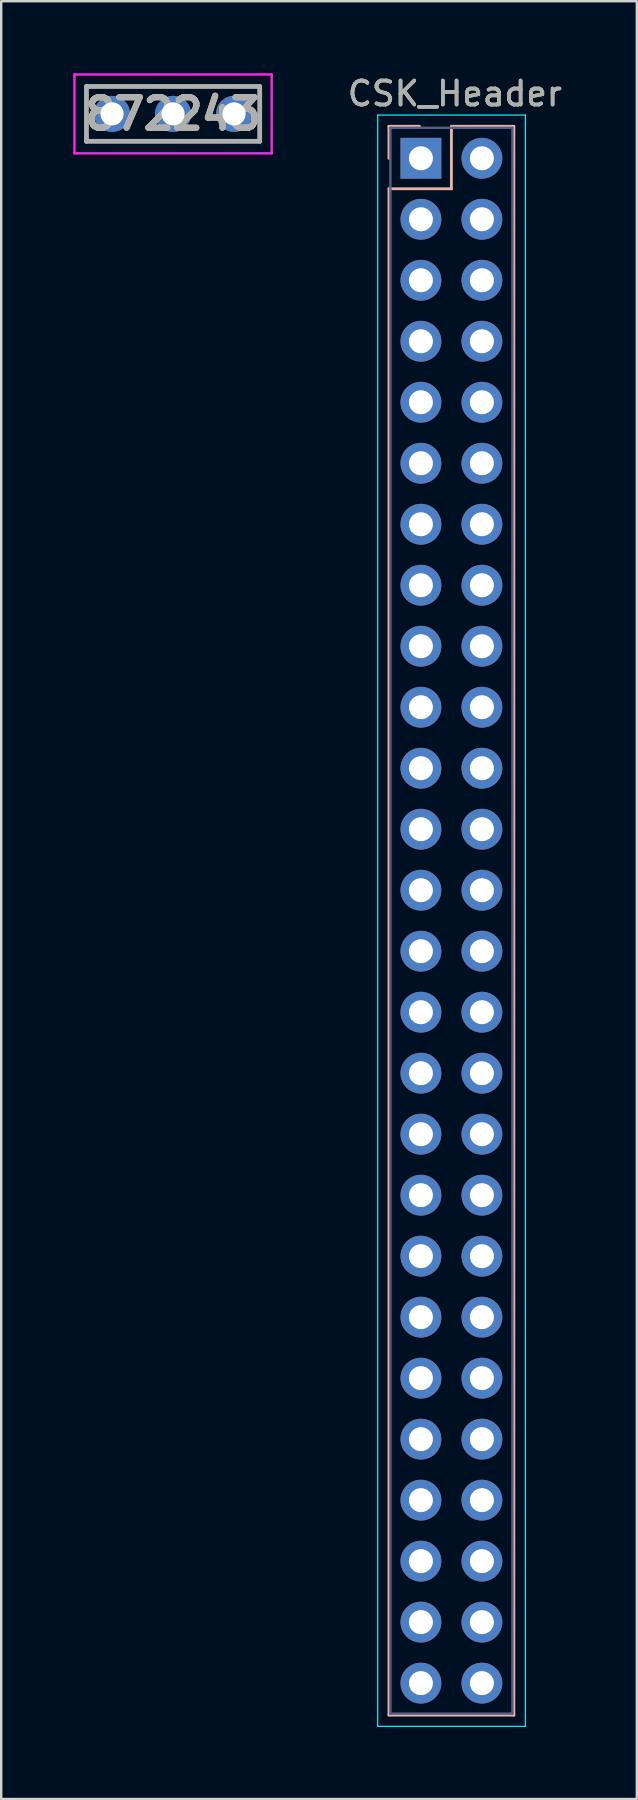
<source format=kicad_pcb>
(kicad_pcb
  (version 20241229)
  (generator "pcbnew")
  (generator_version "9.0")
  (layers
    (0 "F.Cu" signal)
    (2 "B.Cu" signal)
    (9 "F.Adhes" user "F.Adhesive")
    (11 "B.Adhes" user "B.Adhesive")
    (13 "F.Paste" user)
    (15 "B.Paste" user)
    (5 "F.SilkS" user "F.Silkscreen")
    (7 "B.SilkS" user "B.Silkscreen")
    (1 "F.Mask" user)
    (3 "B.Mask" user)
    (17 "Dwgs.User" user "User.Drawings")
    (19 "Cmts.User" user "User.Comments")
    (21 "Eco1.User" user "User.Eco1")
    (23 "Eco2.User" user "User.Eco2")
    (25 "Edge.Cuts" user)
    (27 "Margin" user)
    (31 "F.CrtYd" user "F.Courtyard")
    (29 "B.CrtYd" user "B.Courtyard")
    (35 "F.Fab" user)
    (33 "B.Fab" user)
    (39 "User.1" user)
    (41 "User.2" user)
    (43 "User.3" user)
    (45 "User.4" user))
  (footprint "CSK_Header"
    (layer "F.Cu")
    (at 17.161 3.178)
    (property "Reference" "CSK_Header" (at -1.27 -2.33 0) (layer "F.SilkS") (effects (font (size 1 1) (thickness 0.15))))
    (attr through_hole)
    (fp_line (start -4.013 -0.967) (end -2.743 -0.967) (stroke (width 0.12) (type solid)) (layer "B.SilkS"))
    (fp_line (start -4.013 0.363) (end -4.013 -0.967) (stroke (width 0.12) (type solid)) (layer "B.SilkS"))
    (fp_line (start -4.013 1.633) (end -4.013 65.193) (stroke (width 0.12) (type solid)) (layer "B.SilkS"))
    (fp_line (start -4.013 65.193) (end 1.187 65.193) (stroke (width 0.12) (type solid)) (layer "B.SilkS"))
    (fp_line (start -1.413 -0.967) (end -1.413 1.633) (stroke (width 0.12) (type solid)) (layer "B.SilkS"))
    (fp_line (start -1.413 1.633) (end -4.013 1.633) (stroke (width 0.12) (type solid)) (layer "B.SilkS"))
    (fp_line (start 1.187 -0.967) (end -1.413 -0.967) (stroke (width 0.12) (type solid)) (layer "B.SilkS"))
    (fp_line (start 1.187 65.193) (end 1.187 -0.967) (stroke (width 0.12) (type solid)) (layer "B.SilkS"))
    (fp_line (start -4.483 -1.437) (end 1.667 -1.437) (stroke (width 0.05) (type solid)) (layer "B.CrtYd"))
    (fp_line (start -4.483 65.663) (end -4.483 -1.437) (stroke (width 0.05) (type solid)) (layer "B.CrtYd"))
    (fp_line (start 1.667 -1.437) (end 1.667 65.663) (stroke (width 0.05) (type solid)) (layer "B.CrtYd"))
    (fp_line (start 1.667 65.663) (end -4.483 65.663) (stroke (width 0.05) (type solid)) (layer "B.CrtYd"))
    (fp_line (start -3.953 -0.907) (end 1.127 -0.907) (stroke (width 0.1) (type solid)) (layer "B.Fab"))
    (fp_line (start -3.953 65.133) (end -3.953 -0.907) (stroke (width 0.1) (type solid)) (layer "B.Fab"))
    (fp_line (start 1.127 -0.907) (end 1.127 65.133) (stroke (width 0.1) (type solid)) (layer "B.Fab"))
    (fp_line (start 1.127 65.133) (end -3.953 65.133) (stroke (width 0.1) (type solid)) (layer "B.Fab"))
    (fp_text user "${REFERENCE}" (at -1.27 -2.33 0) (layer "F.Fab") (effects (font (size 1 1) (thickness 0.15))))
    (pad "1" thru_hole rect (at -2.683 0.363 180) (size 1.7 1.7) (drill 1) (layers "*.Cu" "*.Mask"))
    (pad "2" thru_hole oval (at -0.143 0.363 180) (size 1.7 1.7) (drill 1) (layers "*.Cu" "*.Mask"))
    (pad "3" thru_hole oval (at -2.683 2.903 180) (size 1.7 1.7) (drill 1) (layers "*.Cu" "*.Mask"))
    (pad "4" thru_hole oval (at -0.143 2.903 180) (size 1.7 1.7) (drill 1) (layers "*.Cu" "*.Mask"))
    (pad "5" thru_hole oval (at -2.683 5.443 180) (size 1.7 1.7) (drill 1) (layers "*.Cu" "*.Mask"))
    (pad "6" thru_hole oval (at -0.143 5.443 180) (size 1.7 1.7) (drill 1) (layers "*.Cu" "*.Mask"))
    (pad "7" thru_hole oval (at -2.683 7.983 180) (size 1.7 1.7) (drill 1) (layers "*.Cu" "*.Mask"))
    (pad "8" thru_hole oval (at -0.143 7.983 180) (size 1.7 1.7) (drill 1) (layers "*.Cu" "*.Mask"))
    (pad "9" thru_hole oval (at -2.683 10.523 180) (size 1.7 1.7) (drill 1) (layers "*.Cu" "*.Mask"))
    (pad "10" thru_hole oval (at -0.143 10.523 180) (size 1.7 1.7) (drill 1) (layers "*.Cu" "*.Mask"))
    (pad "11" thru_hole oval (at -2.683 13.063 180) (size 1.7 1.7) (drill 1) (layers "*.Cu" "*.Mask"))
    (pad "12" thru_hole oval (at -0.143 13.063 180) (size 1.7 1.7) (drill 1) (layers "*.Cu" "*.Mask"))
    (pad "13" thru_hole oval (at -2.683 15.603 180) (size 1.7 1.7) (drill 1) (layers "*.Cu" "*.Mask"))
    (pad "14" thru_hole oval (at -0.143 15.603 180) (size 1.7 1.7) (drill 1) (layers "*.Cu" "*.Mask"))
    (pad "15" thru_hole oval (at -2.683 18.143 180) (size 1.7 1.7) (drill 1) (layers "*.Cu" "*.Mask"))
    (pad "16" thru_hole oval (at -0.143 18.143 180) (size 1.7 1.7) (drill 1) (layers "*.Cu" "*.Mask"))
    (pad "17" thru_hole oval (at -2.683 20.683 180) (size 1.7 1.7) (drill 1) (layers "*.Cu" "*.Mask"))
    (pad "18" thru_hole oval (at -0.143 20.683 180) (size 1.7 1.7) (drill 1) (layers "*.Cu" "*.Mask"))
    (pad "19" thru_hole oval (at -2.683 23.223 180) (size 1.7 1.7) (drill 1) (layers "*.Cu" "*.Mask"))
    (pad "20" thru_hole oval (at -0.143 23.223 180) (size 1.7 1.7) (drill 1) (layers "*.Cu" "*.Mask"))
    (pad "21" thru_hole oval (at -2.683 25.763 180) (size 1.7 1.7) (drill 1) (layers "*.Cu" "*.Mask"))
    (pad "22" thru_hole oval (at -0.143 25.763 180) (size 1.7 1.7) (drill 1) (layers "*.Cu" "*.Mask"))
    (pad "23" thru_hole oval (at -2.683 28.303 180) (size 1.7 1.7) (drill 1) (layers "*.Cu" "*.Mask"))
    (pad "24" thru_hole oval (at -0.143 28.303 180) (size 1.7 1.7) (drill 1) (layers "*.Cu" "*.Mask"))
    (pad "25" thru_hole oval (at -2.683 30.843 180) (size 1.7 1.7) (drill 1) (layers "*.Cu" "*.Mask"))
    (pad "26" thru_hole oval (at -0.143 30.843 180) (size 1.7 1.7) (drill 1) (layers "*.Cu" "*.Mask"))
    (pad "27" thru_hole oval (at -2.683 33.383 180) (size 1.7 1.7) (drill 1) (layers "*.Cu" "*.Mask"))
    (pad "28" thru_hole oval (at -0.143 33.383 180) (size 1.7 1.7) (drill 1) (layers "*.Cu" "*.Mask"))
    (pad "29" thru_hole oval (at -2.683 35.923 180) (size 1.7 1.7) (drill 1) (layers "*.Cu" "*.Mask"))
    (pad "30" thru_hole oval (at -0.143 35.923 180) (size 1.7 1.7) (drill 1) (layers "*.Cu" "*.Mask"))
    (pad "31" thru_hole oval (at -2.683 38.463 180) (size 1.7 1.7) (drill 1) (layers "*.Cu" "*.Mask"))
    (pad "32" thru_hole oval (at -0.143 38.463 180) (size 1.7 1.7) (drill 1) (layers "*.Cu" "*.Mask"))
    (pad "33" thru_hole oval (at -2.683 41.003 180) (size 1.7 1.7) (drill 1) (layers "*.Cu" "*.Mask"))
    (pad "34" thru_hole oval (at -0.143 41.003 180) (size 1.7 1.7) (drill 1) (layers "*.Cu" "*.Mask"))
    (pad "35" thru_hole oval (at -2.683 43.543 180) (size 1.7 1.7) (drill 1) (layers "*.Cu" "*.Mask"))
    (pad "36" thru_hole oval (at -0.143 43.543 180) (size 1.7 1.7) (drill 1) (layers "*.Cu" "*.Mask"))
    (pad "37" thru_hole oval (at -2.683 46.083 180) (size 1.7 1.7) (drill 1) (layers "*.Cu" "*.Mask"))
    (pad "38" thru_hole oval (at -0.143 46.083 180) (size 1.7 1.7) (drill 1) (layers "*.Cu" "*.Mask"))
    (pad "39" thru_hole oval (at -2.683 48.623 180) (size 1.7 1.7) (drill 1) (layers "*.Cu" "*.Mask"))
    (pad "40" thru_hole oval (at -0.143 48.623 180) (size 1.7 1.7) (drill 1) (layers "*.Cu" "*.Mask"))
    (pad "41" thru_hole oval (at -2.683 51.163 180) (size 1.7 1.7) (drill 1) (layers "*.Cu" "*.Mask"))
    (pad "42" thru_hole oval (at -0.143 51.163 180) (size 1.7 1.7) (drill 1) (layers "*.Cu" "*.Mask"))
    (pad "43" thru_hole oval (at -2.683 53.703 180) (size 1.7 1.7) (drill 1) (layers "*.Cu" "*.Mask"))
    (pad "44" thru_hole oval (at -0.143 53.703 180) (size 1.7 1.7) (drill 1) (layers "*.Cu" "*.Mask"))
    (pad "45" thru_hole oval (at -2.683 56.243 180) (size 1.7 1.7) (drill 1) (layers "*.Cu" "*.Mask"))
    (pad "46" thru_hole oval (at -0.143 56.243 180) (size 1.7 1.7) (drill 1) (layers "*.Cu" "*.Mask"))
    (pad "47" thru_hole oval (at -2.683 58.783 180) (size 1.7 1.7) (drill 1) (layers "*.Cu" "*.Mask"))
    (pad "48" thru_hole oval (at -0.143 58.783 180) (size 1.7 1.7) (drill 1) (layers "*.Cu" "*.Mask"))
    (pad "49" thru_hole oval (at -2.683 61.323 180) (size 1.7 1.7) (drill 1) (layers "*.Cu" "*.Mask"))
    (pad "50" thru_hole oval (at -0.143 61.323 180) (size 1.7 1.7) (drill 1) (layers "*.Cu" "*.Mask"))
    (pad "51" thru_hole oval (at -2.683 63.863 180) (size 1.7 1.7) (drill 1) (layers "*.Cu" "*.Mask"))
    (pad "52" thru_hole oval (at -0.143 63.863 180) (size 1.7 1.7) (drill 1) (layers "*.Cu" "*.Mask")))
  (footprint "872243"
    (layer "F.Cu")
    (at 1.617 1.693)
    (property "Reference" "872243" (at 2.54 0 0) (layer "F.SilkS") (effects (font (size 1.27 1.27) (thickness 0.254))))
    (attr through_hole)
    (fp_line (start -1.067 -1.143) (end 6.147 -1.143) (stroke (width 0.1) (type solid)) (layer "F.SilkS"))
    (fp_line (start -1.067 1.143) (end -1.067 -1.143) (stroke (width 0.1) (type solid)) (layer "F.SilkS"))
    (fp_line (start 6.147 -1.143) (end 6.147 1.143) (stroke (width 0.1) (type solid)) (layer "F.SilkS"))
    (fp_line (start 6.147 1.143) (end -1.067 1.143) (stroke (width 0.1) (type solid)) (layer "F.SilkS"))
    (fp_line (start -1.567 -1.643) (end 6.647 -1.643) (stroke (width 0.1) (type solid)) (layer "F.CrtYd"))
    (fp_line (start -1.567 1.643) (end -1.567 -1.643) (stroke (width 0.1) (type solid)) (layer "F.CrtYd"))
    (fp_line (start 6.647 -1.643) (end 6.647 1.643) (stroke (width 0.1) (type solid)) (layer "F.CrtYd"))
    (fp_line (start 6.647 1.643) (end -1.567 1.643) (stroke (width 0.1) (type solid)) (layer "F.CrtYd"))
    (fp_line (start -1.067 -1.143) (end 6.147 -1.143) (stroke (width 0.2) (type solid)) (layer "F.Fab"))
    (fp_line (start -1.067 1.143) (end -1.067 -1.143) (stroke (width 0.2) (type solid)) (layer "F.Fab"))
    (fp_line (start 6.147 -1.143) (end 6.147 1.143) (stroke (width 0.2) (type solid)) (layer "F.Fab"))
    (fp_line (start 6.147 1.143) (end -1.067 1.143) (stroke (width 0.2) (type solid)) (layer "F.Fab"))
    (fp_text user "${REFERENCE}" (at 2.54 0 0) (layer "F.Fab") (effects (font (size 1.27 1.27) (thickness 0.254))))
    (pad "1" thru_hole circle (at 0 0) (size 1.501 1.501) (drill 0.965) (layers "*.Cu" "*.Mask"))
    (pad "2" thru_hole circle (at 2.54 0) (size 1.501 1.501) (drill 0.965) (layers "*.Cu" "*.Mask"))
    (pad "3" thru_hole circle (at 5.08 0) (size 1.501 1.501) (drill 0.965) (layers "*.Cu" "*.Mask")))
  (gr_rect
    (start -3 -3)
    (end 23.469 71.866)
    (stroke (width 0.1) (type default))
    (fill no)
    (layer "Edge.Cuts")))
</source>
